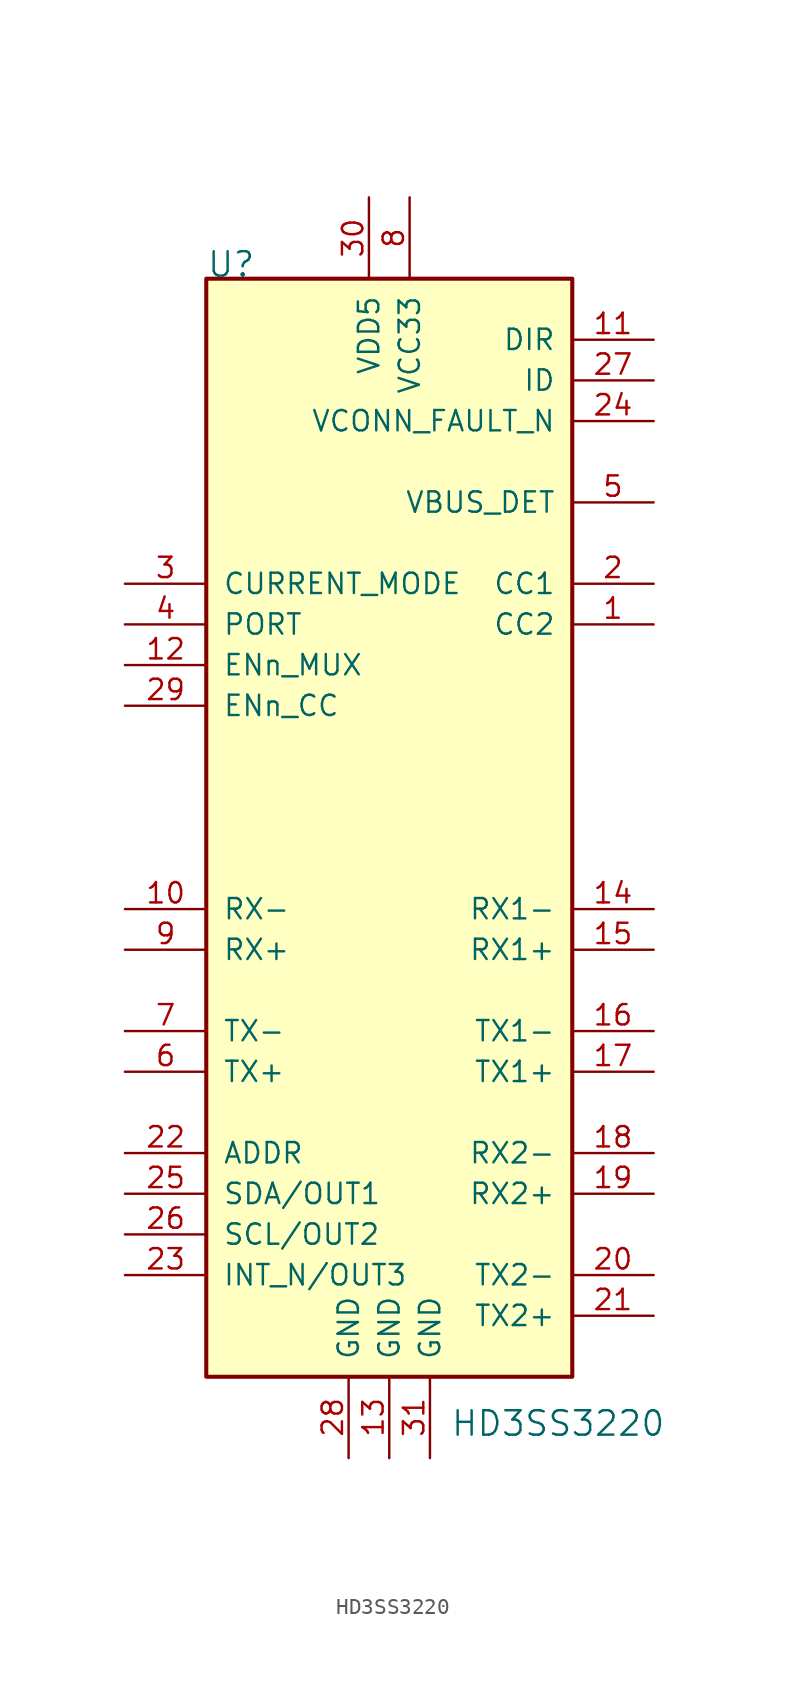
<source format=kicad_sym>
(kicad_symbol_lib
  (version 20220914)
  (generator kicad_symbol_editor)
  (symbol "HD3SS3220"
    (pin_names
      (offset 1.016))
    (property "Reference" "U"
      (at -11.43 33.02 0)
      (effects (font (size 1.524 1.524)) (justify left bottom)))
    (property "Value" "HD3SS3220"
      (at 3.81 -39.37 0)
      (effects (font (size 1.524 1.524)) (justify left bottom)))
    (symbol "HD3SS3220_0_1"
      (rectangle (start -11.43 33.02) (end 11.43 -35.56) (stroke (width 0.254) (type default)) (fill (type background)))
      (pin passive line (at 16.51 11.43 180) (length 5.08) (name "CC2" (effects (font (size 1.27 1.27)))) (number "1" (effects (font (size 1.27 1.27)))))
      (pin passive line (at -16.51 -6.35 0) (length 5.08) (name "RX-" (effects (font (size 1.27 1.27)))) (number "10" (effects (font (size 1.27 1.27)))))
      (pin passive line (at 16.51 29.21 180) (length 5.08) (name "DIR" (effects (font (size 1.27 1.27)))) (number "11" (effects (font (size 1.27 1.27)))))
      (pin passive line (at -16.51 8.89 0) (length 5.08) (name "ENn_MUX" (effects (font (size 1.27 1.27)))) (number "12" (effects (font (size 1.27 1.27)))))
      (pin passive line (at 0 -40.64 90) (length 5.08) (name "GND" (effects (font (size 1.27 1.27)))) (number "13" (effects (font (size 1.27 1.27)))))
      (pin passive line (at 16.51 -6.35 180) (length 5.08) (name "RX1-" (effects (font (size 1.27 1.27)))) (number "14" (effects (font (size 1.27 1.27)))))
      (pin passive line (at 16.51 -8.89 180) (length 5.08) (name "RX1+" (effects (font (size 1.27 1.27)))) (number "15" (effects (font (size 1.27 1.27)))))
      (pin passive line (at 16.51 -13.97 180) (length 5.08) (name "TX1-" (effects (font (size 1.27 1.27)))) (number "16" (effects (font (size 1.27 1.27)))))
      (pin passive line (at 16.51 -16.51 180) (length 5.08) (name "TX1+" (effects (font (size 1.27 1.27)))) (number "17" (effects (font (size 1.27 1.27)))))
      (pin passive line (at 16.51 -21.59 180) (length 5.08) (name "RX2-" (effects (font (size 1.27 1.27)))) (number "18" (effects (font (size 1.27 1.27)))))
      (pin passive line (at 16.51 -24.13 180) (length 5.08) (name "RX2+" (effects (font (size 1.27 1.27)))) (number "19" (effects (font (size 1.27 1.27)))))
      (pin passive line (at 16.51 13.97 180) (length 5.08) (name "CC1" (effects (font (size 1.27 1.27)))) (number "2" (effects (font (size 1.27 1.27)))))
      (pin passive line (at 16.51 -29.21 180) (length 5.08) (name "TX2-" (effects (font (size 1.27 1.27)))) (number "20" (effects (font (size 1.27 1.27)))))
      (pin passive line (at 16.51 -31.75 180) (length 5.08) (name "TX2+" (effects (font (size 1.27 1.27)))) (number "21" (effects (font (size 1.27 1.27)))))
      (pin passive line (at -16.51 -21.59 0) (length 5.08) (name "ADDR" (effects (font (size 1.27 1.27)))) (number "22" (effects (font (size 1.27 1.27)))))
      (pin passive line (at -16.51 -29.21 0) (length 5.08) (name "INT_N/OUT3" (effects (font (size 1.27 1.27)))) (number "23" (effects (font (size 1.27 1.27)))))
      (pin passive line (at 16.51 24.13 180) (length 5.08) (name "VCONN_FAULT_N" (effects (font (size 1.27 1.27)))) (number "24" (effects (font (size 1.27 1.27)))))
      (pin passive line (at -16.51 -24.13 0) (length 5.08) (name "SDA/OUT1" (effects (font (size 1.27 1.27)))) (number "25" (effects (font (size 1.27 1.27)))))
      (pin passive line (at -16.51 -26.67 0) (length 5.08) (name "SCL/OUT2" (effects (font (size 1.27 1.27)))) (number "26" (effects (font (size 1.27 1.27)))))
      (pin passive line (at 16.51 26.67 180) (length 5.08) (name "ID" (effects (font (size 1.27 1.27)))) (number "27" (effects (font (size 1.27 1.27)))))
      (pin passive line (at -2.54 -40.64 90) (length 5.08) (name "GND" (effects (font (size 1.27 1.27)))) (number "28" (effects (font (size 1.27 1.27)))))
      (pin passive line (at -16.51 6.35 0) (length 5.08) (name "ENn_CC" (effects (font (size 1.27 1.27)))) (number "29" (effects (font (size 1.27 1.27)))))
      (pin passive line (at -16.51 13.97 0) (length 5.08) (name "CURRENT_MODE" (effects (font (size 1.27 1.27)))) (number "3" (effects (font (size 1.27 1.27)))))
      (pin passive line (at -1.27 38.1 270) (length 5.08) (name "VDD5" (effects (font (size 1.27 1.27)))) (number "30" (effects (font (size 1.27 1.27)))))
      (pin passive line (at 2.54 -40.64 90) (length 5.08) (name "GND" (effects (font (size 1.27 1.27)))) (number "31" (effects (font (size 1.27 1.27)))))
      (pin passive line (at -16.51 11.43 0) (length 5.08) (name "PORT" (effects (font (size 1.27 1.27)))) (number "4" (effects (font (size 1.27 1.27)))))
      (pin passive line (at 16.51 19.05 180) (length 5.08) (name "VBUS_DET" (effects (font (size 1.27 1.27)))) (number "5" (effects (font (size 1.27 1.27)))))
      (pin passive line (at -16.51 -16.51 0) (length 5.08) (name "TX+" (effects (font (size 1.27 1.27)))) (number "6" (effects (font (size 1.27 1.27)))))
      (pin passive line (at -16.51 -13.97 0) (length 5.08) (name "TX-" (effects (font (size 1.27 1.27)))) (number "7" (effects (font (size 1.27 1.27)))))
      (pin passive line (at 1.27 38.1 270) (length 5.08) (name "VCC33" (effects (font (size 1.27 1.27)))) (number "8" (effects (font (size 1.27 1.27)))))
      (pin passive line (at -16.51 -8.89 0) (length 5.08) (name "RX+" (effects (font (size 1.27 1.27)))) (number "9" (effects (font (size 1.27 1.27))))))))
</source>
